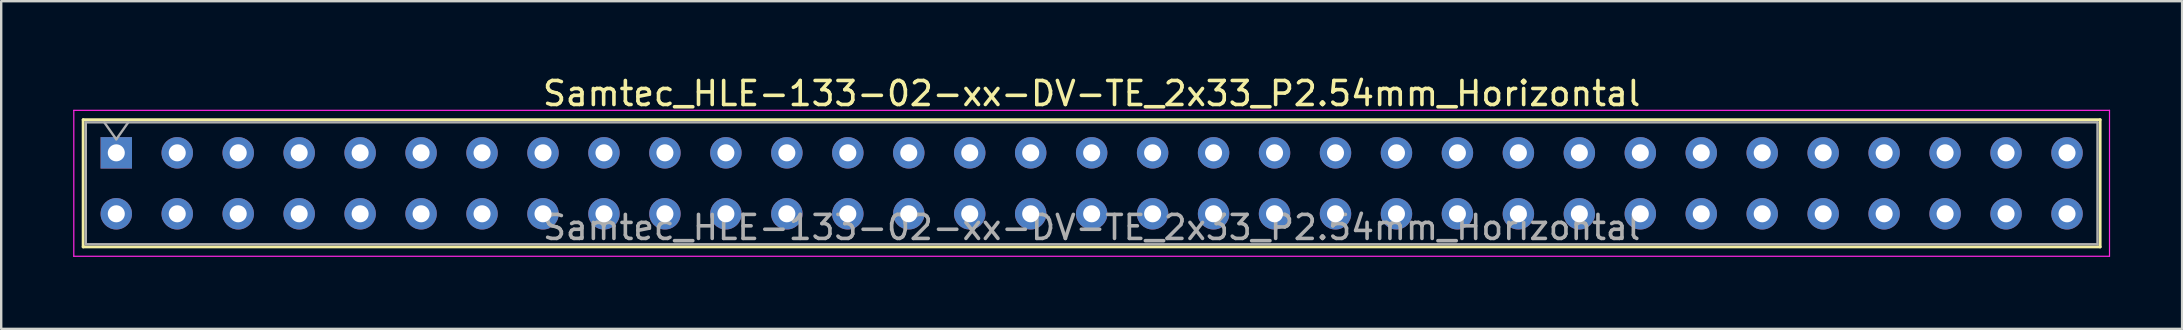
<source format=kicad_pcb>
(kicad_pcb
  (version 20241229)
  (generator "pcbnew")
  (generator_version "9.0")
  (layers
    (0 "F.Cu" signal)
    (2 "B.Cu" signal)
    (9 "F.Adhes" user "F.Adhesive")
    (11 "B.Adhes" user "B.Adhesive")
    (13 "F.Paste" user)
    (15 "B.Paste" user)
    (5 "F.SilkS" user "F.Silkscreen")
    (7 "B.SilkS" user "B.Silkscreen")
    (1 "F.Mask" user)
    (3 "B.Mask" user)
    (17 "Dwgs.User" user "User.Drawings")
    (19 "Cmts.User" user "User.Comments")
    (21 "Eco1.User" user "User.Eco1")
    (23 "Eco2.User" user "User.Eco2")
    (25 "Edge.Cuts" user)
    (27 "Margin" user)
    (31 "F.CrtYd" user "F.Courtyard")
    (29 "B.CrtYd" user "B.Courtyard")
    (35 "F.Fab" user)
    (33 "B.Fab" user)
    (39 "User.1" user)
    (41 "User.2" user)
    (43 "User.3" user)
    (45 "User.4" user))
  (footprint "Samtec_HLE-133-02-xx-DV-TE_2x33_P2.54mm_Horizontal"
    (layer "F.Cu")
    (at 1.795 3.318)
    (property "Reference" "Samtec_HLE-133-02-xx-DV-TE_2x33_P2.54mm_Horizontal" (at 40.64 -2.47 0) (layer "F.SilkS") (effects (font (size 1 1) (thickness 0.15))))
    (attr through_hole)
    (fp_line (start -1.38 -1.38) (end 82.66 -1.38) (stroke (width 0.12) (type solid)) (layer "F.SilkS"))
    (fp_line (start -1.38 3.92) (end -1.38 -1.38) (stroke (width 0.12) (type solid)) (layer "F.SilkS"))
    (fp_line (start 82.66 -1.38) (end 82.66 3.92) (stroke (width 0.12) (type solid)) (layer "F.SilkS"))
    (fp_line (start 82.66 3.92) (end -1.38 3.92) (stroke (width 0.12) (type solid)) (layer "F.SilkS"))
    (fp_line (start -1.77 -1.77) (end 83.05 -1.77) (stroke (width 0.05) (type solid)) (layer "F.CrtYd"))
    (fp_line (start -1.77 4.31) (end -1.77 -1.77) (stroke (width 0.05) (type solid)) (layer "F.CrtYd"))
    (fp_line (start 83.05 -1.77) (end 83.05 4.31) (stroke (width 0.05) (type solid)) (layer "F.CrtYd"))
    (fp_line (start 83.05 4.31) (end -1.77 4.31) (stroke (width 0.05) (type solid)) (layer "F.CrtYd"))
    (fp_line (start -1.27 -1.27) (end 82.55 -1.27) (stroke (width 0.1) (type solid)) (layer "F.Fab"))
    (fp_line (start -1.27 3.81) (end -1.27 -1.27) (stroke (width 0.1) (type solid)) (layer "F.Fab"))
    (fp_line (start -0.5 -1.27) (end 0 -0.563) (stroke (width 0.1) (type solid)) (layer "F.Fab"))
    (fp_line (start 0 -0.563) (end 0.5 -1.27) (stroke (width 0.1) (type solid)) (layer "F.Fab"))
    (fp_line (start 82.55 -1.27) (end 82.55 3.81) (stroke (width 0.1) (type solid)) (layer "F.Fab"))
    (fp_line (start 82.55 3.81) (end -1.27 3.81) (stroke (width 0.1) (type solid)) (layer "F.Fab"))
    (fp_text user "${REFERENCE}" (at 40.64 3.11 0) (layer "F.Fab") (effects (font (size 1 1) (thickness 0.15))))
    (pad "1" thru_hole rect (at 0 0) (size 1.31 1.31) (drill 0.71) (layers "*.Cu" "*.Mask"))
    (pad "2" thru_hole circle (at 0 2.54) (size 1.31 1.31) (drill 0.71) (layers "*.Cu" "*.Mask"))
    (pad "3" thru_hole circle (at 2.54 0) (size 1.31 1.31) (drill 0.71) (layers "*.Cu" "*.Mask"))
    (pad "4" thru_hole circle (at 2.54 2.54) (size 1.31 1.31) (drill 0.71) (layers "*.Cu" "*.Mask"))
    (pad "5" thru_hole circle (at 5.08 0) (size 1.31 1.31) (drill 0.71) (layers "*.Cu" "*.Mask"))
    (pad "6" thru_hole circle (at 5.08 2.54) (size 1.31 1.31) (drill 0.71) (layers "*.Cu" "*.Mask"))
    (pad "7" thru_hole circle (at 7.62 0) (size 1.31 1.31) (drill 0.71) (layers "*.Cu" "*.Mask"))
    (pad "8" thru_hole circle (at 7.62 2.54) (size 1.31 1.31) (drill 0.71) (layers "*.Cu" "*.Mask"))
    (pad "9" thru_hole circle (at 10.16 0) (size 1.31 1.31) (drill 0.71) (layers "*.Cu" "*.Mask"))
    (pad "10" thru_hole circle (at 10.16 2.54) (size 1.31 1.31) (drill 0.71) (layers "*.Cu" "*.Mask"))
    (pad "11" thru_hole circle (at 12.7 0) (size 1.31 1.31) (drill 0.71) (layers "*.Cu" "*.Mask"))
    (pad "12" thru_hole circle (at 12.7 2.54) (size 1.31 1.31) (drill 0.71) (layers "*.Cu" "*.Mask"))
    (pad "13" thru_hole circle (at 15.24 0) (size 1.31 1.31) (drill 0.71) (layers "*.Cu" "*.Mask"))
    (pad "14" thru_hole circle (at 15.24 2.54) (size 1.31 1.31) (drill 0.71) (layers "*.Cu" "*.Mask"))
    (pad "15" thru_hole circle (at 17.78 0) (size 1.31 1.31) (drill 0.71) (layers "*.Cu" "*.Mask"))
    (pad "16" thru_hole circle (at 17.78 2.54) (size 1.31 1.31) (drill 0.71) (layers "*.Cu" "*.Mask"))
    (pad "17" thru_hole circle (at 20.32 0) (size 1.31 1.31) (drill 0.71) (layers "*.Cu" "*.Mask"))
    (pad "18" thru_hole circle (at 20.32 2.54) (size 1.31 1.31) (drill 0.71) (layers "*.Cu" "*.Mask"))
    (pad "19" thru_hole circle (at 22.86 0) (size 1.31 1.31) (drill 0.71) (layers "*.Cu" "*.Mask"))
    (pad "20" thru_hole circle (at 22.86 2.54) (size 1.31 1.31) (drill 0.71) (layers "*.Cu" "*.Mask"))
    (pad "21" thru_hole circle (at 25.4 0) (size 1.31 1.31) (drill 0.71) (layers "*.Cu" "*.Mask"))
    (pad "22" thru_hole circle (at 25.4 2.54) (size 1.31 1.31) (drill 0.71) (layers "*.Cu" "*.Mask"))
    (pad "23" thru_hole circle (at 27.94 0) (size 1.31 1.31) (drill 0.71) (layers "*.Cu" "*.Mask"))
    (pad "24" thru_hole circle (at 27.94 2.54) (size 1.31 1.31) (drill 0.71) (layers "*.Cu" "*.Mask"))
    (pad "25" thru_hole circle (at 30.48 0) (size 1.31 1.31) (drill 0.71) (layers "*.Cu" "*.Mask"))
    (pad "26" thru_hole circle (at 30.48 2.54) (size 1.31 1.31) (drill 0.71) (layers "*.Cu" "*.Mask"))
    (pad "27" thru_hole circle (at 33.02 0) (size 1.31 1.31) (drill 0.71) (layers "*.Cu" "*.Mask"))
    (pad "28" thru_hole circle (at 33.02 2.54) (size 1.31 1.31) (drill 0.71) (layers "*.Cu" "*.Mask"))
    (pad "29" thru_hole circle (at 35.56 0) (size 1.31 1.31) (drill 0.71) (layers "*.Cu" "*.Mask"))
    (pad "30" thru_hole circle (at 35.56 2.54) (size 1.31 1.31) (drill 0.71) (layers "*.Cu" "*.Mask"))
    (pad "31" thru_hole circle (at 38.1 0) (size 1.31 1.31) (drill 0.71) (layers "*.Cu" "*.Mask"))
    (pad "32" thru_hole circle (at 38.1 2.54) (size 1.31 1.31) (drill 0.71) (layers "*.Cu" "*.Mask"))
    (pad "33" thru_hole circle (at 40.64 0) (size 1.31 1.31) (drill 0.71) (layers "*.Cu" "*.Mask"))
    (pad "34" thru_hole circle (at 40.64 2.54) (size 1.31 1.31) (drill 0.71) (layers "*.Cu" "*.Mask"))
    (pad "35" thru_hole circle (at 43.18 0) (size 1.31 1.31) (drill 0.71) (layers "*.Cu" "*.Mask"))
    (pad "36" thru_hole circle (at 43.18 2.54) (size 1.31 1.31) (drill 0.71) (layers "*.Cu" "*.Mask"))
    (pad "37" thru_hole circle (at 45.72 0) (size 1.31 1.31) (drill 0.71) (layers "*.Cu" "*.Mask"))
    (pad "38" thru_hole circle (at 45.72 2.54) (size 1.31 1.31) (drill 0.71) (layers "*.Cu" "*.Mask"))
    (pad "39" thru_hole circle (at 48.26 0) (size 1.31 1.31) (drill 0.71) (layers "*.Cu" "*.Mask"))
    (pad "40" thru_hole circle (at 48.26 2.54) (size 1.31 1.31) (drill 0.71) (layers "*.Cu" "*.Mask"))
    (pad "41" thru_hole circle (at 50.8 0) (size 1.31 1.31) (drill 0.71) (layers "*.Cu" "*.Mask"))
    (pad "42" thru_hole circle (at 50.8 2.54) (size 1.31 1.31) (drill 0.71) (layers "*.Cu" "*.Mask"))
    (pad "43" thru_hole circle (at 53.34 0) (size 1.31 1.31) (drill 0.71) (layers "*.Cu" "*.Mask"))
    (pad "44" thru_hole circle (at 53.34 2.54) (size 1.31 1.31) (drill 0.71) (layers "*.Cu" "*.Mask"))
    (pad "45" thru_hole circle (at 55.88 0) (size 1.31 1.31) (drill 0.71) (layers "*.Cu" "*.Mask"))
    (pad "46" thru_hole circle (at 55.88 2.54) (size 1.31 1.31) (drill 0.71) (layers "*.Cu" "*.Mask"))
    (pad "47" thru_hole circle (at 58.42 0) (size 1.31 1.31) (drill 0.71) (layers "*.Cu" "*.Mask"))
    (pad "48" thru_hole circle (at 58.42 2.54) (size 1.31 1.31) (drill 0.71) (layers "*.Cu" "*.Mask"))
    (pad "49" thru_hole circle (at 60.96 0) (size 1.31 1.31) (drill 0.71) (layers "*.Cu" "*.Mask"))
    (pad "50" thru_hole circle (at 60.96 2.54) (size 1.31 1.31) (drill 0.71) (layers "*.Cu" "*.Mask"))
    (pad "51" thru_hole circle (at 63.5 0) (size 1.31 1.31) (drill 0.71) (layers "*.Cu" "*.Mask"))
    (pad "52" thru_hole circle (at 63.5 2.54) (size 1.31 1.31) (drill 0.71) (layers "*.Cu" "*.Mask"))
    (pad "53" thru_hole circle (at 66.04 0) (size 1.31 1.31) (drill 0.71) (layers "*.Cu" "*.Mask"))
    (pad "54" thru_hole circle (at 66.04 2.54) (size 1.31 1.31) (drill 0.71) (layers "*.Cu" "*.Mask"))
    (pad "55" thru_hole circle (at 68.58 0) (size 1.31 1.31) (drill 0.71) (layers "*.Cu" "*.Mask"))
    (pad "56" thru_hole circle (at 68.58 2.54) (size 1.31 1.31) (drill 0.71) (layers "*.Cu" "*.Mask"))
    (pad "57" thru_hole circle (at 71.12 0) (size 1.31 1.31) (drill 0.71) (layers "*.Cu" "*.Mask"))
    (pad "58" thru_hole circle (at 71.12 2.54) (size 1.31 1.31) (drill 0.71) (layers "*.Cu" "*.Mask"))
    (pad "59" thru_hole circle (at 73.66 0) (size 1.31 1.31) (drill 0.71) (layers "*.Cu" "*.Mask"))
    (pad "60" thru_hole circle (at 73.66 2.54) (size 1.31 1.31) (drill 0.71) (layers "*.Cu" "*.Mask"))
    (pad "61" thru_hole circle (at 76.2 0) (size 1.31 1.31) (drill 0.71) (layers "*.Cu" "*.Mask"))
    (pad "62" thru_hole circle (at 76.2 2.54) (size 1.31 1.31) (drill 0.71) (layers "*.Cu" "*.Mask"))
    (pad "63" thru_hole circle (at 78.74 0) (size 1.31 1.31) (drill 0.71) (layers "*.Cu" "*.Mask"))
    (pad "64" thru_hole circle (at 78.74 2.54) (size 1.31 1.31) (drill 0.71) (layers "*.Cu" "*.Mask"))
    (pad "65" thru_hole circle (at 81.28 0) (size 1.31 1.31) (drill 0.71) (layers "*.Cu" "*.Mask"))
    (pad "66" thru_hole circle (at 81.28 2.54) (size 1.31 1.31) (drill 0.71) (layers "*.Cu" "*.Mask")))
  (gr_rect
    (start -3 -3)
    (end 87.87 10.653)
    (stroke (width 0.1) (type default))
    (fill no)
    (layer "Edge.Cuts")))
</source>
